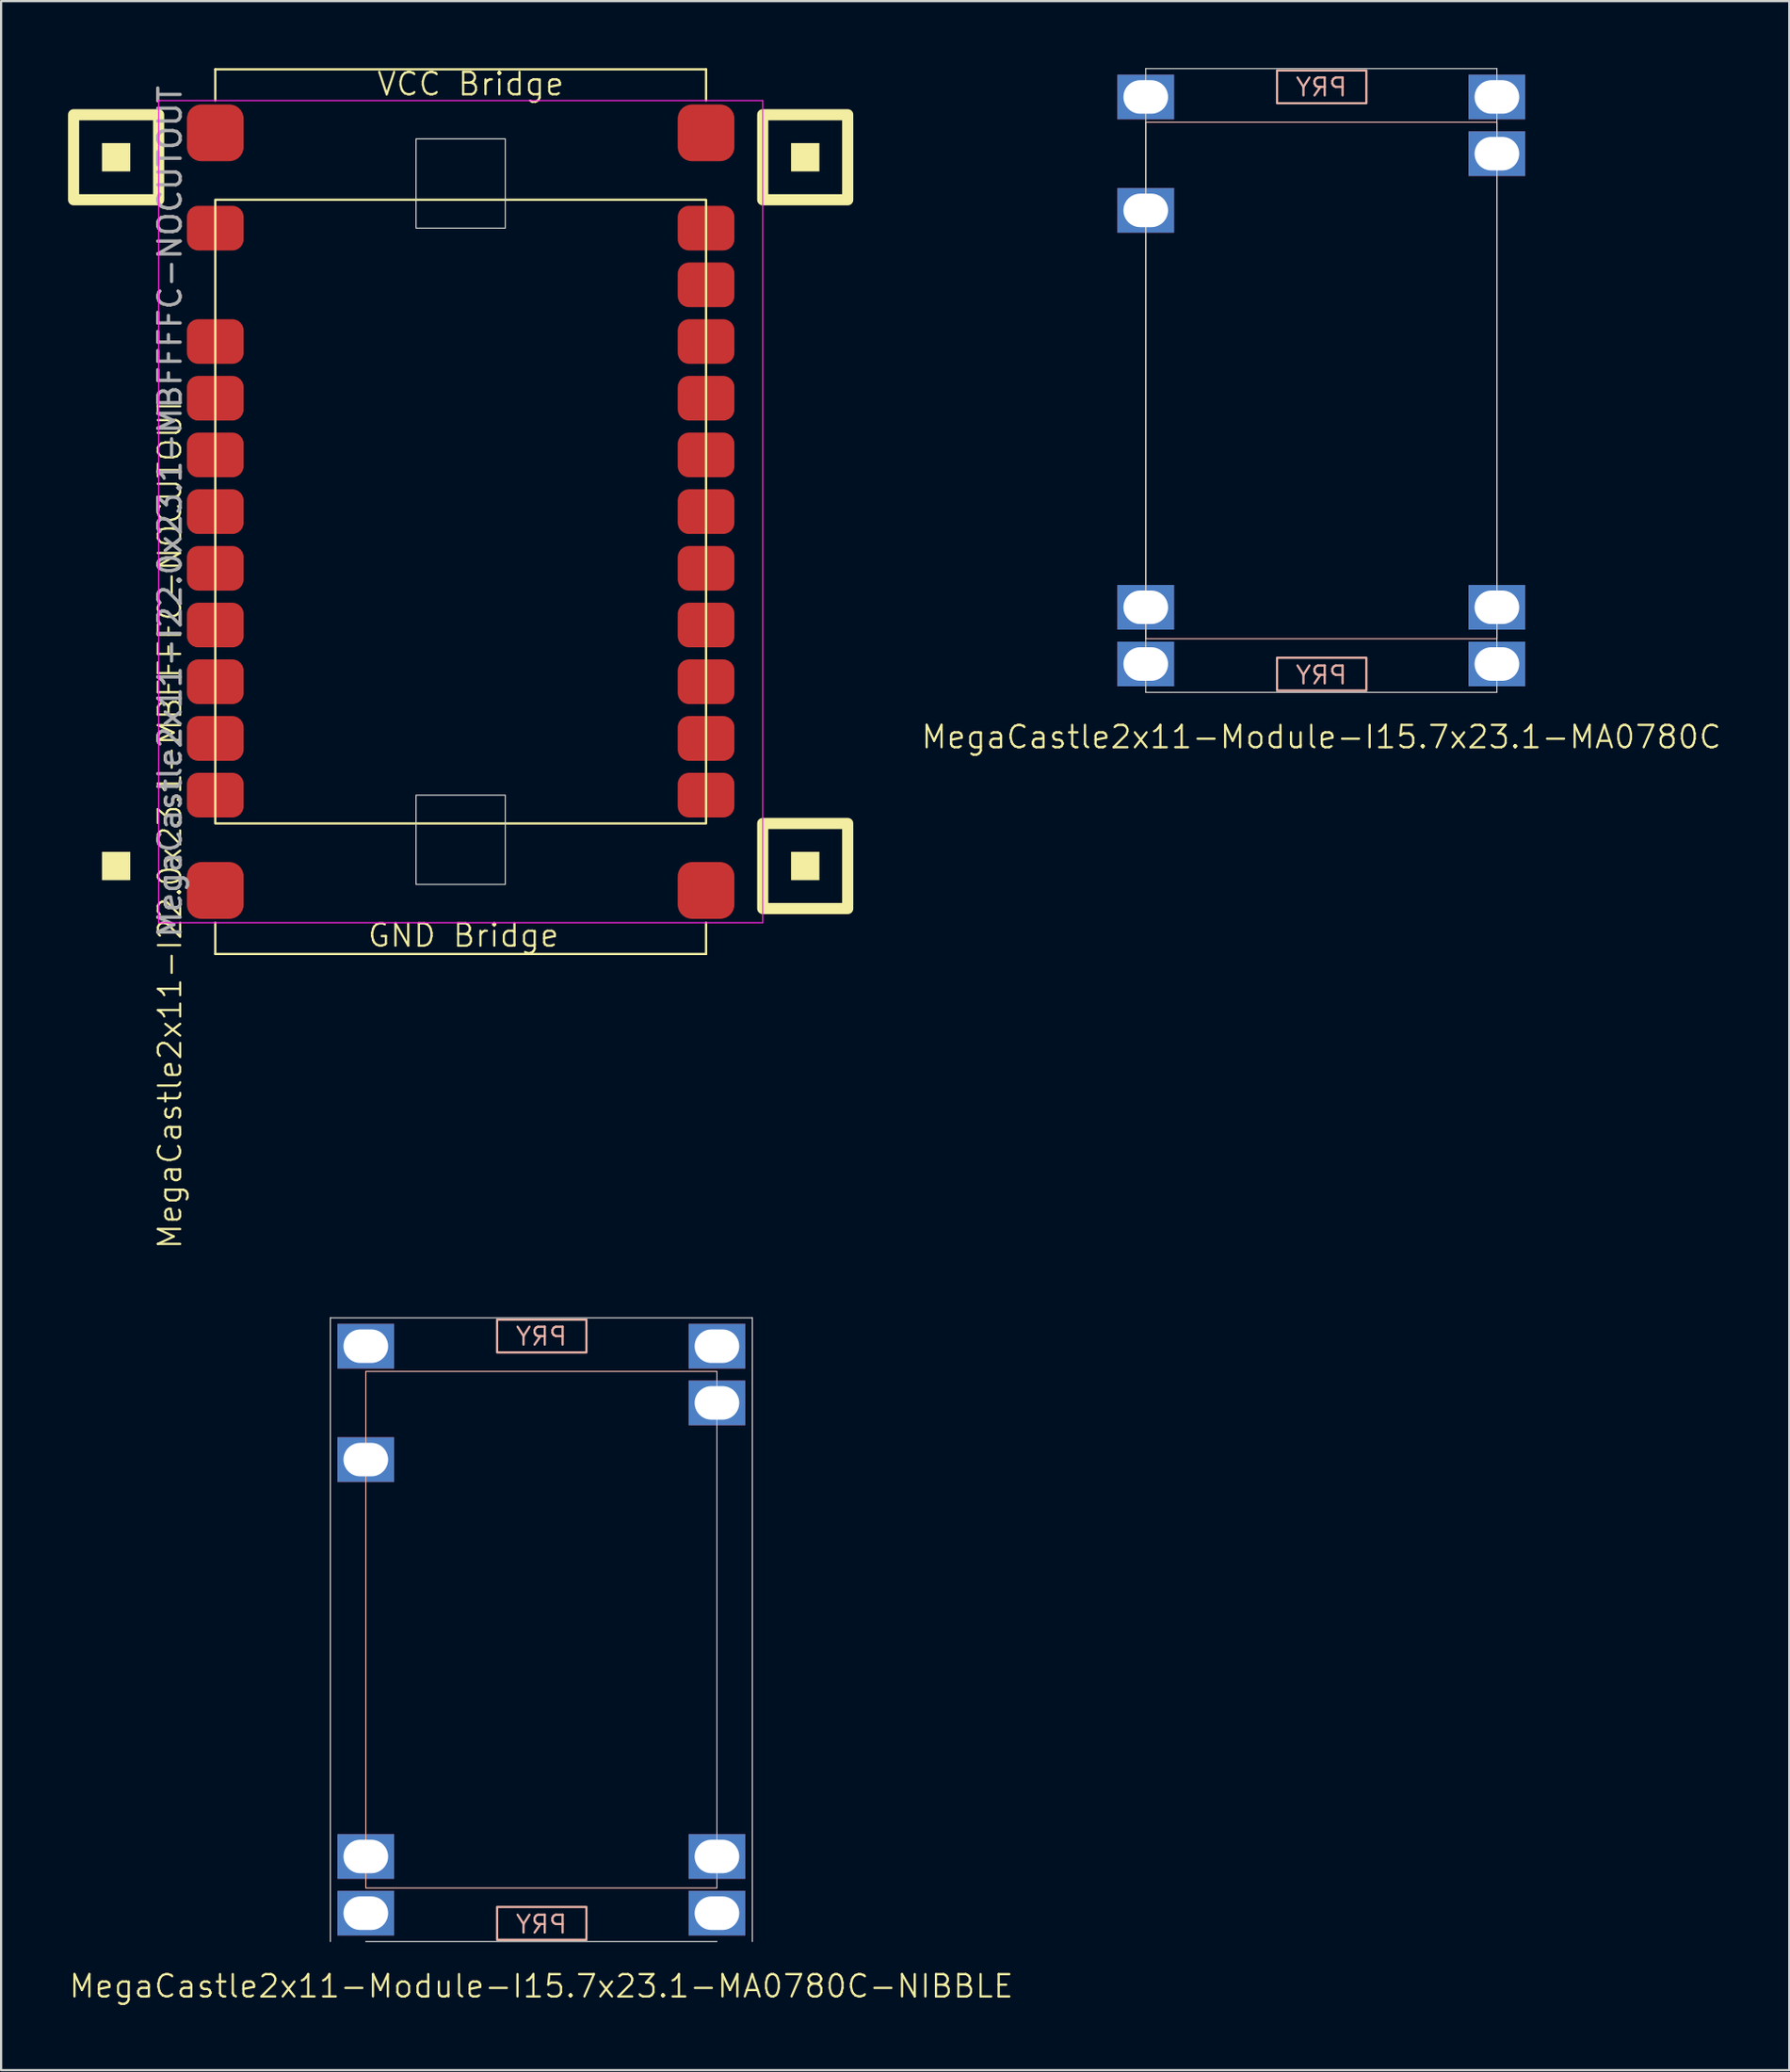
<source format=kicad_pcb>
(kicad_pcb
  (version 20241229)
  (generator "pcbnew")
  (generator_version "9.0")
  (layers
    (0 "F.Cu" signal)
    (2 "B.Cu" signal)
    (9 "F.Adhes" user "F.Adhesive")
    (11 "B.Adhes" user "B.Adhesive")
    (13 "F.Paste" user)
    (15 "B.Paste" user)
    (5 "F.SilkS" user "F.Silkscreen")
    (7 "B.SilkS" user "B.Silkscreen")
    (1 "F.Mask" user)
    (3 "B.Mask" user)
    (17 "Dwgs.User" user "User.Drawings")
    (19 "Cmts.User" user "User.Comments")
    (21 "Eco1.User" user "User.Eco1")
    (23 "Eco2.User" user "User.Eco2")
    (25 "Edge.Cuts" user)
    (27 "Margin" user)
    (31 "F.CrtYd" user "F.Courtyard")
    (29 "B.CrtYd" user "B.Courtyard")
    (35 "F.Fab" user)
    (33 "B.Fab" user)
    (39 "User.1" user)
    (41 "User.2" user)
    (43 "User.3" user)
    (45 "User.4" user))
  (footprint "MegaCastle2x11-Module-I15.7x23.1-MA0780C-NIBBLE"
    (layer "F.Cu")
    (at 21.217 69.956)
    (property "Reference" "MegaCastle2x11-Module-I15.7x23.1-MA0780C-NIBBLE" (at 0 15.97 0) (unlocked yes) (layer "F.SilkS") (effects (font (size 1 1) (thickness 0.1))))
    (attr smd)
    (fp_rect (start -7.87 11.57) (end 7.87 -11.57) (stroke (width 0.05) (type default)) (fill no) (layer "B.SilkS"))
    (fp_rect (start -1.984 -12.421) (end 2.02 -13.89) (stroke (width 0.1) (type default)) (fill no) (layer "B.SilkS"))
    (fp_rect (start -1.984 12.421) (end 2.02 13.89) (stroke (width 0.1) (type default)) (fill no) (layer "B.SilkS"))
    (fp_line (start -9.457 -13.97) (end -9.457 13.97) (stroke (width 0.05) (type default)) (layer "Edge.Cuts"))
    (fp_line (start -9.457 -13.97) (end 9.457 -13.97) (stroke (width 0.05) (type default)) (layer "Edge.Cuts"))
    (fp_line (start -7.87 13.97) (end 7.87 13.97) (stroke (width 0.05) (type default)) (layer "Edge.Cuts"))
    (fp_line (start 9.457 -13.97) (end 9.457 13.97) (stroke (width 0.05) (type default)) (layer "Edge.Cuts"))
    (fp_text user "PRY" (at 0 13.67 0) (unlocked yes) (layer "B.SilkS") (effects (font (size 0.8 0.8) (thickness 0.1)) (justify bottom mirror)))
    (fp_text user "PRY" (at 0 -12.67 0) (unlocked yes) (layer "B.SilkS") (effects (font (size 0.8 0.8) (thickness 0.1)) (justify bottom mirror)))
    (pad "1" thru_hole rect (at -7.87 -12.7) (size 2.54 2) (drill oval 2 1.5) (property pad_prop_castellated) (layers "*.Cu" "*.Mask"))
    (pad "3" thru_hole rect (at -7.87 -7.62) (size 2.54 2) (drill oval 2 1.5) (property pad_prop_castellated) (layers "*.Cu" "*.Mask"))
    (pad "10" thru_hole rect (at -7.87 10.16) (size 2.54 2) (drill oval 2 1.5) (property pad_prop_castellated) (layers "*.Cu" "*.Mask"))
    (pad "11" thru_hole rect (at -7.87 12.7) (size 2.54 2) (drill oval 2 1.5) (property pad_prop_castellated) (layers "*.Cu" "*.Mask"))
    (pad "12" thru_hole rect (at 7.87 -12.7) (size 2.54 2) (drill oval 2 1.5) (property pad_prop_castellated) (layers "*.Cu" "*.Mask"))
    (pad "13" thru_hole rect (at 7.87 -10.16) (size 2.54 2) (drill oval 2 1.5) (property pad_prop_castellated) (layers "*.Cu" "*.Mask"))
    (pad "21" thru_hole rect (at 7.87 10.16) (size 2.54 2) (drill oval 2 1.5) (property pad_prop_castellated) (layers "*.Cu" "*.Mask"))
    (pad "22" thru_hole rect (at 7.87 12.7) (size 2.54 2) (drill oval 2 1.5) (property pad_prop_castellated) (layers "*.Cu" "*.Mask"))
    (zone (net_name "") (layer "B.Cu") (hatch edge 0.5) (connect_pads) (min_thickness 0.25) (filled_areas_thickness no) (keepout (tracks allowed) (vias allowed) (pads allowed) (copperpour allowed) (footprints not_allowed)) (placement (enabled no)) (fill) (polygon (pts (xy 13.347 83.926) (xy 13.347 55.986))))
    (zone (net_name "") (layer "B.Cu") (hatch edge 0.5) (connect_pads) (min_thickness 0.25) (filled_areas_thickness no) (keepout (tracks allowed) (vias allowed) (pads allowed) (copperpour allowed) (footprints not_allowed)) (placement (enabled no)) (fill) (polygon (pts (xy 29.087 83.926) (xy 29.087 55.986))))
    (zone (net_name "") (layer "B.Cu") (hatch edge 0.5) (connect_pads) (min_thickness 0.25) (filled_areas_thickness no) (keepout (tracks allowed) (vias allowed) (pads allowed) (copperpour allowed) (footprints not_allowed)) (placement (enabled no)) (fill) (polygon (pts (xy 13.347 55.986) (xy 13.347 58.386) (xy 29.087 58.386) (xy 29.087 55.986))))
    (zone (net_name "") (layer "B.Cu") (hatch edge 0.5) (connect_pads) (min_thickness 0.25) (filled_areas_thickness no) (keepout (tracks allowed) (vias allowed) (pads allowed) (copperpour allowed) (footprints not_allowed)) (placement (enabled no)) (fill) (polygon (pts (xy 13.347 83.926) (xy 13.347 81.526) (xy 29.087 81.526) (xy 29.087 83.926))))
    (zone (net_name "") (layer "B.Cu") (name "Upper Pry Zone") (hatch edge 0.5) (connect_pads) (min_thickness 0.25) (filled_areas_thickness no) (keepout (tracks not_allowed) (vias not_allowed) (pads not_allowed) (copperpour allowed) (footprints not_allowed)) (placement (enabled no)) (fill) (polygon (pts (xy 19.232 57.535) (xy 19.232 56.066) (xy 23.236 56.066) (xy 23.236 57.535))))
    (zone (net_name "") (layer "B.Cu") (name "Upper Pry Zone") (hatch edge 0.5) (connect_pads) (min_thickness 0.25) (filled_areas_thickness no) (keepout (tracks not_allowed) (vias not_allowed) (pads not_allowed) (copperpour allowed) (footprints not_allowed)) (placement (enabled no)) (fill) (polygon (pts (xy 19.232 82.378) (xy 19.232 83.846) (xy 23.236 83.846) (xy 23.236 82.378)))))
  (footprint "MegaCastle2x11-I22.0x23.1-MBFFFFC-NOCUTOUT"
    (layer "F.Cu")
    (at 17.6 19.87)
    (property "Reference" "MegaCastle2x11-I22.0x23.1-MBFFFFC-NOCUTOUT" (at -13.032 13.97 90) (unlocked yes) (layer "F.SilkS") (effects (font (size 1 1) (thickness 0.1))))
    (attr smd)
    (fp_line (start -11 -19.815) (end 11 -19.815) (stroke (width 0.1) (type default)) (layer "F.SilkS"))
    (fp_line (start -11 -18.415) (end -11 -19.815) (stroke (width 0.1) (type default)) (layer "F.SilkS"))
    (fp_line (start -11 18.415) (end -11 19.815) (stroke (width 0.1) (type default)) (layer "F.SilkS"))
    (fp_line (start -11 19.815) (end 11 19.815) (stroke (width 0.1) (type default)) (layer "F.SilkS"))
    (fp_line (start 11 -18.415) (end 11 -19.815) (stroke (width 0.1) (type default)) (layer "F.SilkS"))
    (fp_line (start 11 18.415) (end 11 19.815) (stroke (width 0.1) (type default)) (layer "F.SilkS"))
    (fp_rect (start -14.81 -15.24) (end -16.08 -16.51) (stroke (width 0) (type solid)) (fill yes) (layer "F.SilkS"))
    (fp_rect (start -14.81 16.51) (end -16.08 15.24) (stroke (width 0) (type solid)) (fill yes) (layer "F.SilkS"))
    (fp_rect (start -13.54 -13.97) (end -17.35 -17.78) (stroke (width 0.5) (type default)) (fill no) (layer "F.SilkS"))
    (fp_rect (start -11 -13.97) (end 11 13.97) (stroke (width 0.1) (type default)) (fill no) (layer "F.SilkS"))
    (fp_rect (start 16.08 -15.24) (end 14.81 -16.51) (stroke (width 0) (type solid)) (fill yes) (layer "F.SilkS"))
    (fp_rect (start 16.08 16.51) (end 14.81 15.24) (stroke (width 0) (type solid)) (fill yes) (layer "F.SilkS"))
    (fp_rect (start 17.35 -13.97) (end 13.54 -17.78) (stroke (width 0.5) (type default)) (fill no) (layer "F.SilkS"))
    (fp_rect (start 17.35 17.78) (end 13.54 13.97) (stroke (width 0.5) (type default)) (fill no) (layer "F.SilkS"))
    (fp_rect (start -2 -12.7) (end 2 -16.7) (stroke (width 0.05) (type default)) (fill no) (layer "Edge.Cuts"))
    (fp_rect (start -2 12.7) (end 2 16.7) (stroke (width 0.05) (type default)) (fill no) (layer "Edge.Cuts"))
    (fp_line (start -13.54 -18.415) (end -13.54 18.415) (stroke (width 0.05) (type default)) (layer "F.CrtYd"))
    (fp_line (start -13.54 18.415) (end 13.54 18.415) (stroke (width 0.05) (type default)) (layer "F.CrtYd"))
    (fp_line (start 13.54 -18.415) (end -13.54 -18.415) (stroke (width 0.05) (type default)) (layer "F.CrtYd"))
    (fp_line (start 13.54 -18.415) (end 13.54 18.415) (stroke (width 0.05) (type default)) (layer "F.CrtYd"))
    (fp_text user "VCC Bridge" (at -3.81 -18.57 0) (unlocked yes) (layer "F.SilkS") (effects (font (size 1 1) (thickness 0.1)) (justify left bottom)))
    (fp_text user "GND Bridge" (at -4.226 19.57 0) (unlocked yes) (layer "F.SilkS") (effects (font (size 1 1) (thickness 0.1)) (justify left bottom)))
    (fp_text user "${REFERENCE}" (at -13.032 0 90) (unlocked yes) (layer "F.Fab") (effects (font (size 1 1) (thickness 0.15))))
    (pad "1" smd roundrect (at -11 -12.7) (size 2.54 2) (layers "F.Cu" "F.Mask" "F.Paste") (roundrect_rratio 0.25))
    (pad "3" smd roundrect (at -11 -7.62) (size 2.54 2) (layers "F.Cu" "F.Mask" "F.Paste") (roundrect_rratio 0.25))
    (pad "4" smd roundrect (at -11 -5.08) (size 2.54 2) (layers "F.Cu" "F.Mask" "F.Paste") (roundrect_rratio 0.25))
    (pad "5" smd roundrect (at -11 -2.54) (size 2.54 2) (layers "F.Cu" "F.Mask" "F.Paste") (roundrect_rratio 0.25))
    (pad "6" smd roundrect (at -11 0) (size 2.54 2) (layers "F.Cu" "F.Mask" "F.Paste") (roundrect_rratio 0.25))
    (pad "7" smd roundrect (at -11 2.54) (size 2.54 2) (layers "F.Cu" "F.Mask" "F.Paste") (roundrect_rratio 0.25))
    (pad "8" smd roundrect (at -11 5.08) (size 2.54 2) (layers "F.Cu" "F.Mask" "F.Paste") (roundrect_rratio 0.25))
    (pad "9" smd roundrect (at -11 7.62) (size 2.54 2) (layers "F.Cu" "F.Mask" "F.Paste") (roundrect_rratio 0.25))
    (pad "10" smd roundrect (at -11 10.16) (size 2.54 2) (layers "F.Cu" "F.Mask" "F.Paste") (roundrect_rratio 0.25))
    (pad "11" smd roundrect (at -11 12.7) (size 2.54 2) (layers "F.Cu" "F.Mask" "F.Paste") (roundrect_rratio 0.25))
    (pad "12" smd roundrect (at 11 -12.7) (size 2.54 2) (layers "F.Cu" "F.Mask" "F.Paste") (roundrect_rratio 0.25))
    (pad "13" smd roundrect (at 11 -10.16) (size 2.54 2) (layers "F.Cu" "F.Mask" "F.Paste") (roundrect_rratio 0.25))
    (pad "14" smd roundrect (at 11 -7.62) (size 2.54 2) (layers "F.Cu" "F.Mask" "F.Paste") (roundrect_rratio 0.25))
    (pad "15" smd roundrect (at 11 -5.08) (size 2.54 2) (layers "F.Cu" "F.Mask" "F.Paste") (roundrect_rratio 0.25))
    (pad "16" smd roundrect (at 11 -2.54) (size 2.54 2) (layers "F.Cu" "F.Mask" "F.Paste") (roundrect_rratio 0.25))
    (pad "17" smd roundrect (at 11 0) (size 2.54 2) (layers "F.Cu" "F.Mask" "F.Paste") (roundrect_rratio 0.25))
    (pad "18" smd roundrect (at 11 2.54) (size 2.54 2) (layers "F.Cu" "F.Mask" "F.Paste") (roundrect_rratio 0.25))
    (pad "19" smd roundrect (at 11 5.08) (size 2.54 2) (layers "F.Cu" "F.Mask" "F.Paste") (roundrect_rratio 0.25))
    (pad "20" smd roundrect (at 11 7.62) (size 2.54 2) (layers "F.Cu" "F.Mask" "F.Paste") (roundrect_rratio 0.25))
    (pad "21" smd roundrect (at 11 10.16) (size 2.54 2) (layers "F.Cu" "F.Mask" "F.Paste") (roundrect_rratio 0.25))
    (pad "22" smd roundrect (at 11 12.7) (size 2.54 2) (layers "F.Cu" "F.Mask" "F.Paste") (roundrect_rratio 0.25))
    (pad "A1" smd roundrect (at -11 -16.97) (size 2.54 2.54) (layers "F.Cu" "F.Mask" "F.Paste") (roundrect_rratio 0.25))
    (pad "A2" smd roundrect (at 11 -16.97) (size 2.54 2.54) (layers "F.Cu" "F.Mask" "F.Paste") (roundrect_rratio 0.25))
    (pad "B1" smd roundrect (at -11 16.97) (size 2.54 2.54) (layers "F.Cu" "F.Mask" "F.Paste") (roundrect_rratio 0.25))
    (pad "B2" smd roundrect (at 11 16.97) (size 2.54 2.54) (layers "F.Cu" "F.Mask" "F.Paste") (roundrect_rratio 0.25)))
  (footprint "MegaCastle2x11-Module-I15.7x23.1-MA0780C"
    (layer "F.Cu")
    (at 56.179 13.995)
    (property "Reference" "MegaCastle2x11-Module-I15.7x23.1-MA0780C" (at 0 15.97 0) (unlocked yes) (layer "F.SilkS") (effects (font (size 1 1) (thickness 0.1))))
    (attr smd)
    (fp_rect (start -7.87 11.57) (end 7.87 -11.57) (stroke (width 0.05) (type default)) (fill no) (layer "B.SilkS"))
    (fp_rect (start -1.984 -12.421) (end 2.02 -13.89) (stroke (width 0.1) (type default)) (fill no) (layer "B.SilkS"))
    (fp_rect (start -1.984 12.421) (end 2.02 13.89) (stroke (width 0.1) (type default)) (fill no) (layer "B.SilkS"))
    (fp_line (start -7.87 -13.97) (end -7.87 13.97) (stroke (width 0.05) (type default)) (layer "Edge.Cuts"))
    (fp_line (start -7.87 -13.97) (end 7.87 -13.97) (stroke (width 0.05) (type default)) (layer "Edge.Cuts"))
    (fp_line (start -7.87 13.97) (end 7.87 13.97) (stroke (width 0.05) (type default)) (layer "Edge.Cuts"))
    (fp_line (start 7.87 -13.97) (end 7.87 13.97) (stroke (width 0.05) (type default)) (layer "Edge.Cuts"))
    (fp_text user "PRY" (at 0 -12.67 0) (unlocked yes) (layer "B.SilkS") (effects (font (size 0.8 0.8) (thickness 0.1)) (justify bottom mirror)))
    (fp_text user "PRY" (at 0 13.67 0) (unlocked yes) (layer "B.SilkS") (effects (font (size 0.8 0.8) (thickness 0.1)) (justify bottom mirror)))
    (pad "1" thru_hole rect (at -7.87 -12.7) (size 2.54 2) (drill oval 2 1.5) (property pad_prop_castellated) (layers "*.Cu" "*.Mask"))
    (pad "3" thru_hole rect (at -7.87 -7.62) (size 2.54 2) (drill oval 2 1.5) (property pad_prop_castellated) (layers "*.Cu" "*.Mask"))
    (pad "10" thru_hole rect (at -7.87 10.16) (size 2.54 2) (drill oval 2 1.5) (property pad_prop_castellated) (layers "*.Cu" "*.Mask"))
    (pad "11" thru_hole rect (at -7.87 12.7) (size 2.54 2) (drill oval 2 1.5) (property pad_prop_castellated) (layers "*.Cu" "*.Mask"))
    (pad "12" thru_hole rect (at 7.87 -12.7) (size 2.54 2) (drill oval 2 1.5) (property pad_prop_castellated) (layers "*.Cu" "*.Mask"))
    (pad "13" thru_hole rect (at 7.87 -10.16) (size 2.54 2) (drill oval 2 1.5) (property pad_prop_castellated) (layers "*.Cu" "*.Mask"))
    (pad "21" thru_hole rect (at 7.87 10.16) (size 2.54 2) (drill oval 2 1.5) (property pad_prop_castellated) (layers "*.Cu" "*.Mask"))
    (pad "22" thru_hole rect (at 7.87 12.7) (size 2.54 2) (drill oval 2 1.5) (property pad_prop_castellated) (layers "*.Cu" "*.Mask"))
    (zone (net_name "") (layer "B.Cu") (hatch edge 0.5) (connect_pads) (min_thickness 0.25) (filled_areas_thickness no) (keepout (tracks allowed) (vias allowed) (pads allowed) (copperpour allowed) (footprints not_allowed)) (placement (enabled no)) (fill) (polygon (pts (xy 48.309 27.965) (xy 48.309 0.025))))
    (zone (net_name "") (layer "B.Cu") (hatch edge 0.5) (connect_pads) (min_thickness 0.25) (filled_areas_thickness no) (keepout (tracks allowed) (vias allowed) (pads allowed) (copperpour allowed) (footprints not_allowed)) (placement (enabled no)) (fill) (polygon (pts (xy 64.049 27.965) (xy 64.049 0.025))))
    (zone (net_name "") (layer "B.Cu") (hatch edge 0.5) (connect_pads) (min_thickness 0.25) (filled_areas_thickness no) (keepout (tracks allowed) (vias allowed) (pads allowed) (copperpour allowed) (footprints not_allowed)) (placement (enabled no)) (fill) (polygon (pts (xy 48.309 0.025) (xy 48.309 2.425) (xy 64.049 2.425) (xy 64.049 0.025))))
    (zone (net_name "") (layer "B.Cu") (hatch edge 0.5) (connect_pads) (min_thickness 0.25) (filled_areas_thickness no) (keepout (tracks allowed) (vias allowed) (pads allowed) (copperpour allowed) (footprints not_allowed)) (placement (enabled no)) (fill) (polygon (pts (xy 48.309 27.965) (xy 48.309 25.565) (xy 64.049 25.565) (xy 64.049 27.965))))
    (zone (net_name "") (layer "B.Cu") (name "Upper Pry Zone") (hatch edge 0.5) (connect_pads) (min_thickness 0.25) (filled_areas_thickness no) (keepout (tracks not_allowed) (vias not_allowed) (pads not_allowed) (copperpour allowed) (footprints not_allowed)) (placement (enabled no)) (fill) (polygon (pts (xy 54.194 1.574) (xy 54.194 0.105) (xy 58.198 0.105) (xy 58.198 1.574))))
    (zone (net_name "") (layer "B.Cu") (name "Upper Pry Zone") (hatch edge 0.5) (connect_pads) (min_thickness 0.25) (filled_areas_thickness no) (keepout (tracks not_allowed) (vias not_allowed) (pads not_allowed) (copperpour allowed) (footprints not_allowed)) (placement (enabled no)) (fill) (polygon (pts (xy 54.194 26.416) (xy 54.194 27.885) (xy 58.198 27.885) (xy 58.198 26.416)))))
  (gr_rect
    (start -3 -3)
    (end 77.157 89.687)
    (stroke (width 0.1) (type default))
    (fill no)
    (layer "Edge.Cuts")))
</source>
